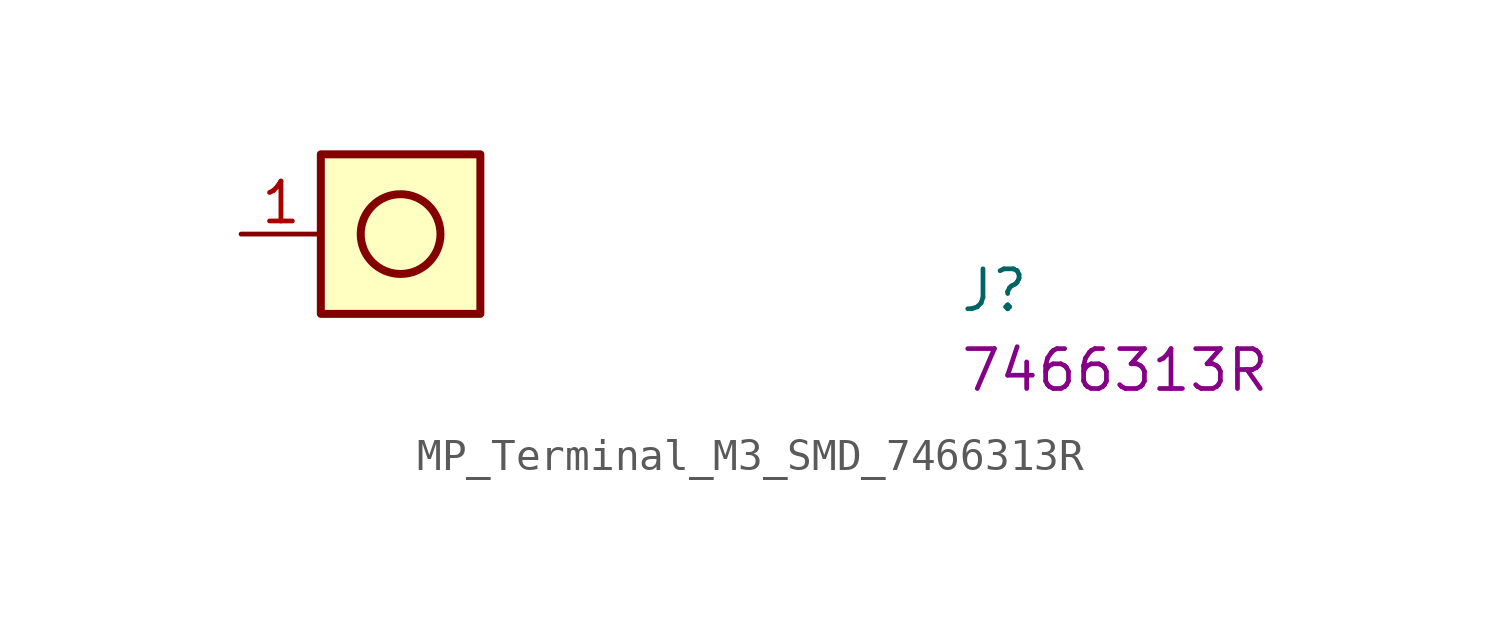
<source format=kicad_sym>
(kicad_symbol_lib
  (version 20220914)
  (generator kicad_symbol_editor)
  (symbol "MP_Terminal_M3_SMD_7466313R"
    (property "Reference" "J"
      (at 22.86 -2.54 0)
      (effects (font (size 1.27 1.27) (thickness 0.15)) (justify left bottom)))
    (property "MPN" "7466313R"
      (at 22.86 -5.08 0)
      (effects (font (size 1.27 1.27) (thickness 0.15)) (justify left bottom)))
    (symbol "MP_Terminal_M3_SMD_7466313R_1_1"
      (rectangle (start 2.54 -2.54) (end 7.62 2.54) (stroke (width 0.254) (type default)) (fill (type background)))
      (circle (center 5.08 0) (radius 1.27) (stroke (width 0.254) (type default)) (fill (type background)))
      (pin passive line (at 0 0 0) (length 2.54) (name "~" (effects (font (size 1.27 1.27)))) (number "1" (effects (font (size 1.27 1.27))))))))
</source>
